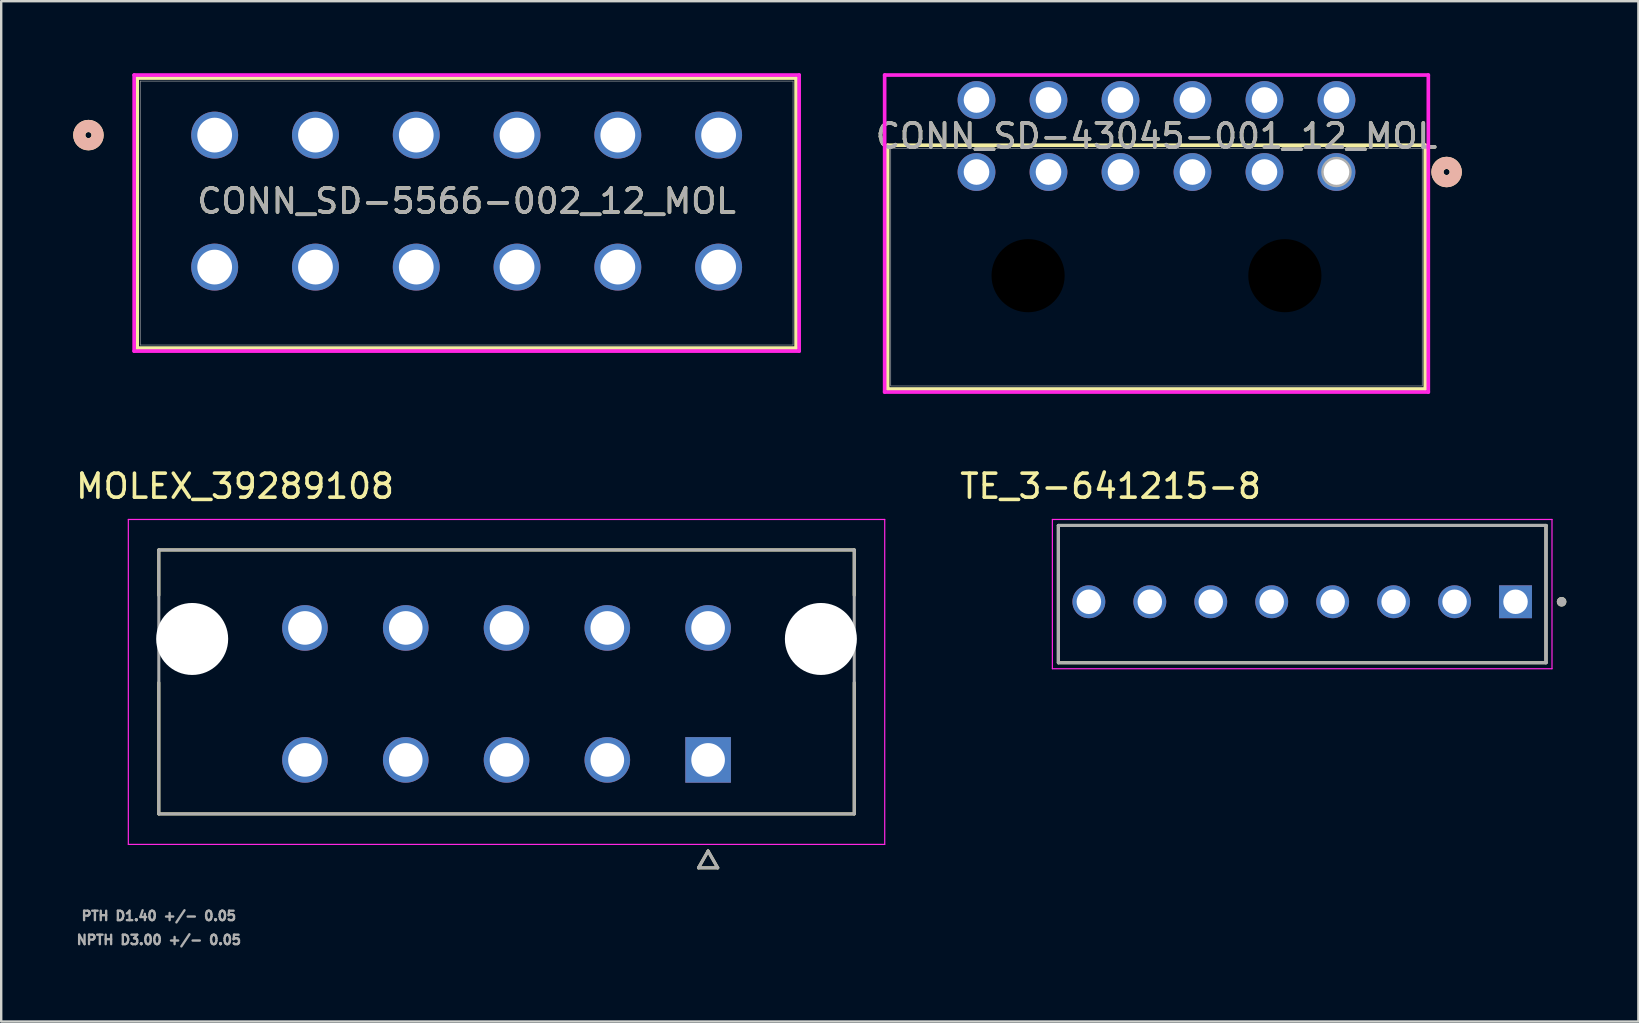
<source format=kicad_pcb>
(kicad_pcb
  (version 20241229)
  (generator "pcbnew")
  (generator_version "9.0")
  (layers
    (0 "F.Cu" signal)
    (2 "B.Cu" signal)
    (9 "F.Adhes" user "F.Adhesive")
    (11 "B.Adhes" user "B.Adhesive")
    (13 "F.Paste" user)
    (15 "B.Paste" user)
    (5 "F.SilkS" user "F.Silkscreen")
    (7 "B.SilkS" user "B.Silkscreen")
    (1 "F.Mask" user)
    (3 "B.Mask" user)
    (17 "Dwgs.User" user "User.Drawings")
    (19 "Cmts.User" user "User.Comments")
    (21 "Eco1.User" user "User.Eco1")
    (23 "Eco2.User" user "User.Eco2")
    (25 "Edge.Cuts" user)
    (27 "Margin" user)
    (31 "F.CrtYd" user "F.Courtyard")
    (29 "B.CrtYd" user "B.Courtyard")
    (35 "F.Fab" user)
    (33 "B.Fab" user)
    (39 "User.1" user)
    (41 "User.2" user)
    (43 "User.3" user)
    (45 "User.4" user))
  (footprint "MOLEX_39289108"
    (layer "F.Cu")
    (at 26.458 28.617)
    (property "Reference" "MOLEX_39289108" (at -19.714 -11.405 0) (layer "F.SilkS") (effects (font (size 1 1) (thickness 0.15))))
    (attr through_hole)
    (fp_circle (center -21.5 -5.04) (end -20.712 -5.04) (stroke (width 1.576) (type solid)) (fill no) (layer "F.Mask"))
    (fp_circle (center -16.8 -5.5) (end -16.287 -5.5) (stroke (width 1.026) (type solid)) (fill no) (layer "F.Mask"))
    (fp_circle (center -16.8 0) (end -16.287 0) (stroke (width 1.026) (type solid)) (fill no) (layer "F.Mask"))
    (fp_circle (center -12.6 -5.5) (end -12.087 -5.5) (stroke (width 1.026) (type solid)) (fill no) (layer "F.Mask"))
    (fp_circle (center -12.6 0) (end -12.087 0) (stroke (width 1.026) (type solid)) (fill no) (layer "F.Mask"))
    (fp_circle (center -8.4 -5.5) (end -7.887 -5.5) (stroke (width 1.026) (type solid)) (fill no) (layer "F.Mask"))
    (fp_circle (center -8.4 0) (end -7.887 0) (stroke (width 1.026) (type solid)) (fill no) (layer "F.Mask"))
    (fp_circle (center -4.2 -5.5) (end -3.687 -5.5) (stroke (width 1.026) (type solid)) (fill no) (layer "F.Mask"))
    (fp_circle (center -4.2 0) (end -3.687 0) (stroke (width 1.026) (type solid)) (fill no) (layer "F.Mask"))
    (fp_circle (center 0 -5.5) (end 0.513 -5.5) (stroke (width 1.026) (type solid)) (fill no) (layer "F.Mask"))
    (fp_circle (center 4.7 -5.04) (end 5.488 -5.04) (stroke (width 1.576) (type solid)) (fill no) (layer "F.Mask"))
    (fp_poly (pts (xy -1.026 -1.026) (xy 1.026 -1.026) (xy 1.026 1.026) (xy -1.026 1.026)) (stroke (width 0.01) (type solid)) (fill yes) (layer "F.Mask"))
    (fp_circle (center -21.5 -5.04) (end -20.712 -5.04) (stroke (width 1.576) (type solid)) (fill no) (layer "B.Mask"))
    (fp_circle (center -16.8 -5.5) (end -16.287 -5.5) (stroke (width 1.026) (type solid)) (fill no) (layer "B.Mask"))
    (fp_circle (center -16.8 0) (end -16.287 0) (stroke (width 1.026) (type solid)) (fill no) (layer "B.Mask"))
    (fp_circle (center -12.6 -5.5) (end -12.087 -5.5) (stroke (width 1.026) (type solid)) (fill no) (layer "B.Mask"))
    (fp_circle (center -12.6 0) (end -12.087 0) (stroke (width 1.026) (type solid)) (fill no) (layer "B.Mask"))
    (fp_circle (center -8.4 -5.5) (end -7.887 -5.5) (stroke (width 1.026) (type solid)) (fill no) (layer "B.Mask"))
    (fp_circle (center -8.4 0) (end -7.887 0) (stroke (width 1.026) (type solid)) (fill no) (layer "B.Mask"))
    (fp_circle (center -4.2 -5.5) (end -3.687 -5.5) (stroke (width 1.026) (type solid)) (fill no) (layer "B.Mask"))
    (fp_circle (center -4.2 0) (end -3.687 0) (stroke (width 1.026) (type solid)) (fill no) (layer "B.Mask"))
    (fp_circle (center 0 -5.5) (end 0.513 -5.5) (stroke (width 1.026) (type solid)) (fill no) (layer "B.Mask"))
    (fp_circle (center 4.7 -5.04) (end 5.488 -5.04) (stroke (width 1.576) (type solid)) (fill no) (layer "B.Mask"))
    (fp_poly (pts (xy -1.026 -1.026) (xy 1.026 -1.026) (xy 1.026 1.026) (xy -1.026 1.026)) (stroke (width 0.01) (type solid)) (fill yes) (layer "B.Mask"))
    (fp_line (start -22.89 -8.75) (end 6.09 -8.75) (stroke (width 0.127) (type solid)) (layer "F.SilkS"))
    (fp_line (start -22.89 -6.86) (end -22.89 -8.75) (stroke (width 0.127) (type solid)) (layer "F.SilkS"))
    (fp_line (start -22.89 2.25) (end -22.89 -3.22) (stroke (width 0.127) (type solid)) (layer "F.SilkS"))
    (fp_line (start -0.4 4.497) (end 0.4 4.497) (stroke (width 0.127) (type solid)) (layer "F.SilkS"))
    (fp_line (start 0 3.797) (end -0.4 4.497) (stroke (width 0.127) (type solid)) (layer "F.SilkS"))
    (fp_line (start 0.4 4.497) (end 0 3.797) (stroke (width 0.127) (type solid)) (layer "F.SilkS"))
    (fp_line (start 6.09 -8.75) (end 6.09 -6.86) (stroke (width 0.127) (type solid)) (layer "F.SilkS"))
    (fp_line (start 6.09 2.25) (end -22.89 2.25) (stroke (width 0.127) (type solid)) (layer "F.SilkS"))
    (fp_line (start 6.09 2.25) (end 6.09 -3.22) (stroke (width 0.127) (type solid)) (layer "F.SilkS"))
    (fp_line (start -24.16 -10.02) (end 7.36 -10.02) (stroke (width 0.05) (type solid)) (layer "F.CrtYd"))
    (fp_line (start -24.16 3.52) (end -24.16 -10.02) (stroke (width 0.05) (type solid)) (layer "F.CrtYd"))
    (fp_line (start 7.36 -10.02) (end 7.36 3.52) (stroke (width 0.05) (type solid)) (layer "F.CrtYd"))
    (fp_line (start 7.36 3.52) (end -24.16 3.52) (stroke (width 0.05) (type solid)) (layer "F.CrtYd"))
    (fp_line (start -22.89 -8.75) (end 6.09 -8.75) (stroke (width 0.127) (type solid)) (layer "F.Fab"))
    (fp_line (start -22.89 2.25) (end -22.89 -8.75) (stroke (width 0.127) (type solid)) (layer "F.Fab"))
    (fp_line (start -0.4 4.497) (end 0.4 4.497) (stroke (width 0.127) (type solid)) (layer "F.Fab"))
    (fp_line (start 0 3.797) (end -0.4 4.497) (stroke (width 0.127) (type solid)) (layer "F.Fab"))
    (fp_line (start 0.4 4.497) (end 0 3.797) (stroke (width 0.127) (type solid)) (layer "F.Fab"))
    (fp_line (start 6.09 -8.75) (end 6.09 2.25) (stroke (width 0.127) (type solid)) (layer "F.Fab"))
    (fp_line (start 6.09 2.25) (end -22.89 2.25) (stroke (width 0.127) (type solid)) (layer "F.Fab"))
    (fp_text user "NPTH D3.00 +/- 0.05" (at -22.889 7.5 0) (layer "F.Fab") (effects (font (size 0.394 0.394) (thickness 0.15))))
    (fp_text user "PTH D1.40 +/- 0.05" (at -22.889 6.5 0) (layer "F.Fab") (effects (font (size 0.394 0.394) (thickness 0.15))))
    (pad "" np_thru_hole circle (at -21.5 -5.04) (size 3 3) (drill 3) (layers "*.Cu" "*.Mask"))
    (pad "" np_thru_hole circle (at 4.7 -5.04) (size 3 3) (drill 3) (layers "*.Cu" "*.Mask"))
    (pad "1" thru_hole rect (at 0 0) (size 1.9 1.9) (drill 1.4) (layers "*.Cu"))
    (pad "2" thru_hole circle (at -4.2 0) (size 1.9 1.9) (drill 1.4) (layers "*.Cu"))
    (pad "3" thru_hole circle (at -8.4 0) (size 1.9 1.9) (drill 1.4) (layers "*.Cu"))
    (pad "4" thru_hole circle (at -12.6 0) (size 1.9 1.9) (drill 1.4) (layers "*.Cu"))
    (pad "5" thru_hole circle (at -16.8 0) (size 1.9 1.9) (drill 1.4) (layers "*.Cu"))
    (pad "6" thru_hole circle (at 0 -5.5) (size 1.9 1.9) (drill 1.4) (layers "*.Cu"))
    (pad "7" thru_hole circle (at -4.2 -5.5) (size 1.9 1.9) (drill 1.4) (layers "*.Cu"))
    (pad "8" thru_hole circle (at -8.4 -5.5) (size 1.9 1.9) (drill 1.4) (layers "*.Cu"))
    (pad "9" thru_hole circle (at -12.6 -5.5) (size 1.9 1.9) (drill 1.4) (layers "*.Cu"))
    (pad "10" thru_hole circle (at -16.8 -5.5) (size 1.9 1.9) (drill 1.4) (layers "*.Cu")))
  (footprint "CONN_SD-43045-001_12_MOL"
    (layer "F.Cu")
    (at 52.643 4.118)
    (property "Reference" "CONN_SD-43045-001_12_MOL" (at -7.5 -1.5 0) (unlocked yes) (layer "F.SilkS") (effects (font (size 1 1) (thickness 0.15))))
    (attr through_hole)
    (fp_line (start -18.701 -1.117) (end -18.701 9.043) (stroke (width 0.152) (type solid)) (layer "F.SilkS"))
    (fp_line (start -18.701 9.043) (end 3.701 9.043) (stroke (width 0.152) (type solid)) (layer "F.SilkS"))
    (fp_line (start 3.701 -1.117) (end -18.701 -1.117) (stroke (width 0.152) (type solid)) (layer "F.SilkS"))
    (fp_line (start 3.701 9.043) (end 3.701 -1.117) (stroke (width 0.152) (type solid)) (layer "F.SilkS"))
    (fp_circle (center 4.59 0) (end 4.971 0) (stroke (width 0.508) (type solid)) (fill no) (layer "F.SilkS"))
    (fp_circle (center 4.59 0) (end 4.971 0) (stroke (width 0.508) (type solid)) (fill no) (layer "B.SilkS"))
    (fp_line (start -18.828 -4.041) (end -18.828 9.17) (stroke (width 0.152) (type solid)) (layer "F.CrtYd"))
    (fp_line (start -18.828 9.17) (end 3.828 9.17) (stroke (width 0.152) (type solid)) (layer "F.CrtYd"))
    (fp_line (start 3.828 -4.041) (end -18.828 -4.041) (stroke (width 0.152) (type solid)) (layer "F.CrtYd"))
    (fp_line (start 3.828 9.17) (end 3.828 -4.041) (stroke (width 0.152) (type solid)) (layer "F.CrtYd"))
    (fp_line (start -18.574 -0.99) (end -18.574 8.916) (stroke (width 0.025) (type solid)) (layer "F.Fab"))
    (fp_line (start -18.574 8.916) (end 3.574 8.916) (stroke (width 0.025) (type solid)) (layer "F.Fab"))
    (fp_line (start 3.574 -0.99) (end -18.574 -0.99) (stroke (width 0.025) (type solid)) (layer "F.Fab"))
    (fp_line (start 3.574 8.916) (end 3.574 -0.99) (stroke (width 0.025) (type solid)) (layer "F.Fab"))
    (fp_circle (center 0 0) (end 0.381 0) (stroke (width 0.508) (type solid)) (fill no) (layer "F.Fab"))
    (fp_text user "${REFERENCE}" (at -7.5 -1.5 0) (unlocked yes) (layer "F.Fab") (effects (font (size 1 1) (thickness 0.15))))
    (pad "" np_thru_hole circle (at -12.85 4.32) (size 3.048 3.048) (drill 3.048) (layers))
    (pad "" np_thru_hole circle (at -2.15 4.32) (size 3.048 3.048) (drill 3.048) (layers))
    (pad "1" thru_hole circle (at 0 0) (size 1.575 1.575) (drill 1.067) (layers "*.Cu" "*.Mask"))
    (pad "2" thru_hole circle (at -3 0) (size 1.575 1.575) (drill 1.067) (layers "*.Cu" "*.Mask"))
    (pad "3" thru_hole circle (at -6 0) (size 1.575 1.575) (drill 1.067) (layers "*.Cu" "*.Mask"))
    (pad "4" thru_hole circle (at -9 0) (size 1.575 1.575) (drill 1.067) (layers "*.Cu" "*.Mask"))
    (pad "5" thru_hole circle (at -12 0) (size 1.575 1.575) (drill 1.067) (layers "*.Cu" "*.Mask"))
    (pad "6" thru_hole circle (at -15 0) (size 1.575 1.575) (drill 1.067) (layers "*.Cu" "*.Mask"))
    (pad "7" thru_hole circle (at 0 -3) (size 1.575 1.575) (drill 1.067) (layers "*.Cu" "*.Mask"))
    (pad "8" thru_hole circle (at -3 -3) (size 1.575 1.575) (drill 1.067) (layers "*.Cu" "*.Mask"))
    (pad "9" thru_hole circle (at -6 -3) (size 1.575 1.575) (drill 1.067) (layers "*.Cu" "*.Mask"))
    (pad "10" thru_hole circle (at -9 -3) (size 1.575 1.575) (drill 1.067) (layers "*.Cu" "*.Mask"))
    (pad "11" thru_hole circle (at -12 -3) (size 1.575 1.575) (drill 1.067) (layers "*.Cu" "*.Mask"))
    (pad "12" thru_hole circle (at -15 -3) (size 1.575 1.575) (drill 1.067) (layers "*.Cu" "*.Mask")))
  (footprint "CONN_SD-5566-002_12_MOL"
    (layer "F.Cu")
    (at 5.896 2.58)
    (property "Reference" "CONN_SD-5566-002_12_MOL" (at 10.5 2.75 0) (unlocked yes) (layer "F.SilkS") (effects (font (size 1 1) (thickness 0.15))))
    (attr through_hole)
    (fp_line (start -3.229 -2.377) (end -3.229 8.875) (stroke (width 0.152) (type solid)) (layer "F.SilkS"))
    (fp_line (start -3.229 8.875) (end 24.229 8.875) (stroke (width 0.152) (type solid)) (layer "F.SilkS"))
    (fp_line (start 24.229 -2.377) (end -3.229 -2.377) (stroke (width 0.152) (type solid)) (layer "F.SilkS"))
    (fp_line (start 24.229 8.875) (end 24.229 -2.377) (stroke (width 0.152) (type solid)) (layer "F.SilkS"))
    (fp_circle (center -5.261 0) (end -4.88 0) (stroke (width 0.508) (type solid)) (fill no) (layer "F.SilkS"))
    (fp_circle (center -5.261 0) (end -4.88 0) (stroke (width 0.508) (type solid)) (fill no) (layer "B.SilkS"))
    (fp_line (start -3.356 -2.504) (end -3.356 9.002) (stroke (width 0.152) (type solid)) (layer "F.CrtYd"))
    (fp_line (start -3.356 9.002) (end 24.356 9.002) (stroke (width 0.152) (type solid)) (layer "F.CrtYd"))
    (fp_line (start 24.356 -2.504) (end -3.356 -2.504) (stroke (width 0.152) (type solid)) (layer "F.CrtYd"))
    (fp_line (start 24.356 9.002) (end 24.356 -2.504) (stroke (width 0.152) (type solid)) (layer "F.CrtYd"))
    (fp_line (start -3.102 -2.25) (end -3.102 8.748) (stroke (width 0.025) (type solid)) (layer "F.Fab"))
    (fp_line (start -3.102 8.748) (end 24.102 8.748) (stroke (width 0.025) (type solid)) (layer "F.Fab"))
    (fp_line (start 24.102 -2.25) (end -3.102 -2.25) (stroke (width 0.025) (type solid)) (layer "F.Fab"))
    (fp_line (start 24.102 8.748) (end 24.102 -2.25) (stroke (width 0.025) (type solid)) (layer "F.Fab"))
    (fp_circle (center 0 0) (end 0.381 0) (stroke (width 0.508) (type solid)) (fill no) (layer "F.Fab"))
    (fp_text user "${REFERENCE}" (at 10.5 2.75 0) (unlocked yes) (layer "F.Fab") (effects (font (size 1 1) (thickness 0.15))))
    (pad "1" thru_hole circle (at 0 0) (size 1.956 1.956) (drill 1.448) (layers "*.Cu" "*.Mask"))
    (pad "2" thru_hole circle (at 4.2 0) (size 1.956 1.956) (drill 1.448) (layers "*.Cu" "*.Mask"))
    (pad "3" thru_hole circle (at 8.4 0) (size 1.956 1.956) (drill 1.448) (layers "*.Cu" "*.Mask"))
    (pad "4" thru_hole circle (at 12.6 0) (size 1.956 1.956) (drill 1.448) (layers "*.Cu" "*.Mask"))
    (pad "5" thru_hole circle (at 16.8 0) (size 1.956 1.956) (drill 1.448) (layers "*.Cu" "*.Mask"))
    (pad "6" thru_hole circle (at 21 0) (size 1.956 1.956) (drill 1.448) (layers "*.Cu" "*.Mask"))
    (pad "7" thru_hole circle (at 0 5.5) (size 1.956 1.956) (drill 1.448) (layers "*.Cu" "*.Mask"))
    (pad "8" thru_hole circle (at 4.2 5.5) (size 1.956 1.956) (drill 1.448) (layers "*.Cu" "*.Mask"))
    (pad "9" thru_hole circle (at 8.4 5.5) (size 1.956 1.956) (drill 1.448) (layers "*.Cu" "*.Mask"))
    (pad "10" thru_hole circle (at 12.6 5.5) (size 1.956 1.956) (drill 1.448) (layers "*.Cu" "*.Mask"))
    (pad "11" thru_hole circle (at 16.8 5.5) (size 1.956 1.956) (drill 1.448) (layers "*.Cu" "*.Mask"))
    (pad "12" thru_hole circle (at 21 5.5) (size 1.956 1.956) (drill 1.448) (layers "*.Cu" "*.Mask")))
  (footprint "TE_3-641215-8"
    (layer "F.Cu")
    (at 60.105 22.027)
    (property "Reference" "TE_3-641215-8" (at -16.875 -4.815 0) (layer "F.SilkS") (effects (font (size 1 1) (thickness 0.15))))
    (attr through_hole)
    (fp_line (start -19.05 2.54) (end -19.05 -3.18) (stroke (width 0.127) (type solid)) (layer "F.SilkS"))
    (fp_line (start 1.27 -3.18) (end -19.05 -3.18) (stroke (width 0.127) (type solid)) (layer "F.SilkS"))
    (fp_line (start 1.27 -3.18) (end 1.27 2.54) (stroke (width 0.127) (type solid)) (layer "F.SilkS"))
    (fp_line (start 1.27 2.54) (end -19.05 2.54) (stroke (width 0.127) (type solid)) (layer "F.SilkS"))
    (fp_circle (center 1.92 0) (end 2.02 0) (stroke (width 0.2) (type solid)) (fill no) (layer "F.SilkS"))
    (fp_line (start -19.3 -3.43) (end 1.52 -3.43) (stroke (width 0.05) (type solid)) (layer "F.CrtYd"))
    (fp_line (start -19.3 2.79) (end -19.3 -3.43) (stroke (width 0.05) (type solid)) (layer "F.CrtYd"))
    (fp_line (start 1.52 -3.43) (end 1.52 2.79) (stroke (width 0.05) (type solid)) (layer "F.CrtYd"))
    (fp_line (start 1.52 2.79) (end -19.3 2.79) (stroke (width 0.05) (type solid)) (layer "F.CrtYd"))
    (fp_line (start -19.05 -3.18) (end 1.27 -3.18) (stroke (width 0.127) (type solid)) (layer "F.Fab"))
    (fp_line (start -19.05 -3.18) (end 1.27 -3.18) (stroke (width 0.127) (type solid)) (layer "F.Fab"))
    (fp_line (start -19.05 2.54) (end -19.05 -3.18) (stroke (width 0.127) (type solid)) (layer "F.Fab"))
    (fp_line (start -19.05 2.54) (end -19.05 -3.18) (stroke (width 0.127) (type solid)) (layer "F.Fab"))
    (fp_line (start 1.27 -3.18) (end 1.27 2.54) (stroke (width 0.127) (type solid)) (layer "F.Fab"))
    (fp_line (start 1.27 -3.18) (end 1.27 2.54) (stroke (width 0.127) (type solid)) (layer "F.Fab"))
    (fp_line (start 1.27 2.54) (end -19.05 2.54) (stroke (width 0.127) (type solid)) (layer "F.Fab"))
    (fp_circle (center 1.92 0) (end 2.02 0) (stroke (width 0.2) (type solid)) (fill no) (layer "F.Fab"))
    (pad "1" thru_hole rect (at 0 0) (size 1.37 1.37) (drill 1.02) (layers "*.Cu" "*.Mask"))
    (pad "2" thru_hole circle (at -2.54 0) (size 1.37 1.37) (drill 1.02) (layers "*.Cu" "*.Mask"))
    (pad "3" thru_hole circle (at -5.08 0) (size 1.37 1.37) (drill 1.02) (layers "*.Cu" "*.Mask"))
    (pad "4" thru_hole circle (at -7.62 0) (size 1.37 1.37) (drill 1.02) (layers "*.Cu" "*.Mask"))
    (pad "5" thru_hole circle (at -10.16 0) (size 1.37 1.37) (drill 1.02) (layers "*.Cu" "*.Mask"))
    (pad "6" thru_hole circle (at -12.7 0) (size 1.37 1.37) (drill 1.02) (layers "*.Cu" "*.Mask"))
    (pad "7" thru_hole circle (at -15.24 0) (size 1.37 1.37) (drill 1.02) (layers "*.Cu" "*.Mask"))
    (pad "8" thru_hole circle (at -17.78 0) (size 1.37 1.37) (drill 1.02) (layers "*.Cu" "*.Mask")))
  (gr_rect
    (start -3 -3)
    (end 65.225 39.52)
    (stroke (width 0.1) (type default))
    (fill no)
    (layer "Edge.Cuts")))
</source>
